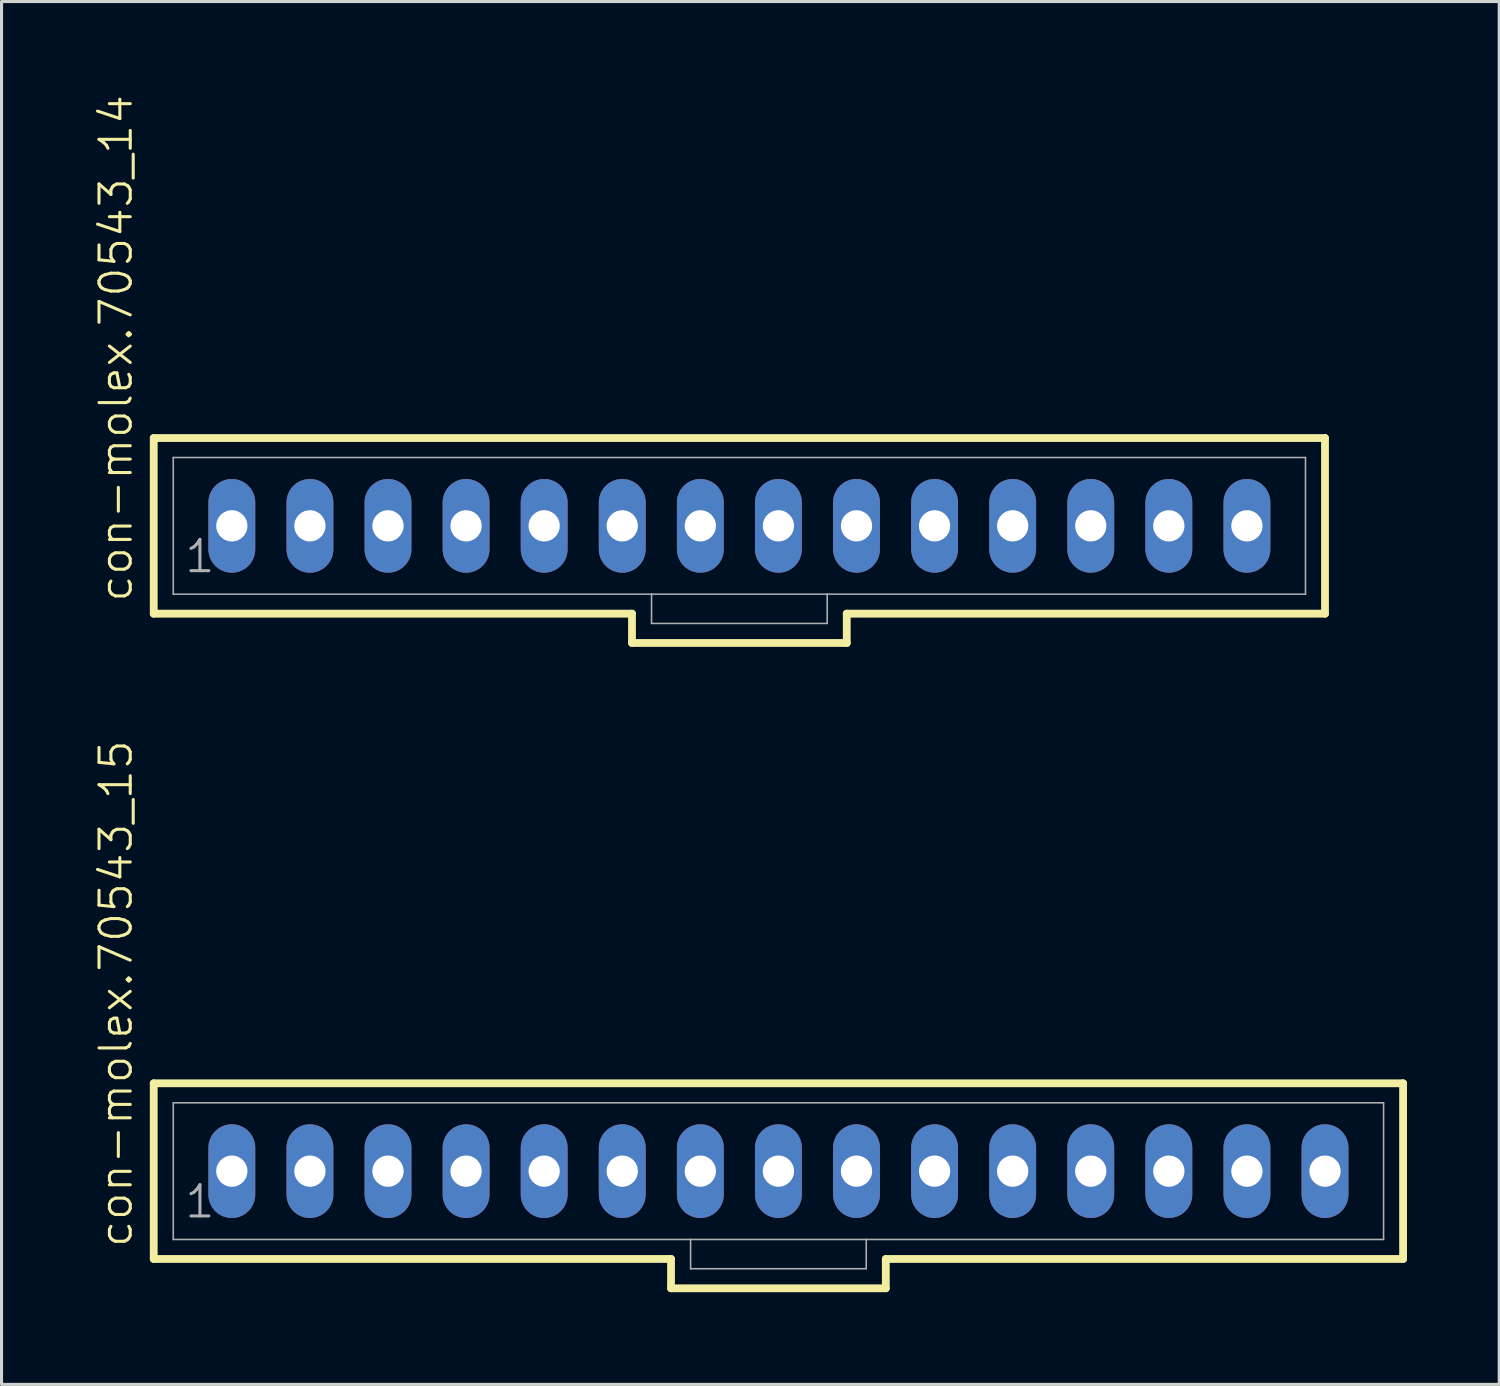
<source format=kicad_pcb>
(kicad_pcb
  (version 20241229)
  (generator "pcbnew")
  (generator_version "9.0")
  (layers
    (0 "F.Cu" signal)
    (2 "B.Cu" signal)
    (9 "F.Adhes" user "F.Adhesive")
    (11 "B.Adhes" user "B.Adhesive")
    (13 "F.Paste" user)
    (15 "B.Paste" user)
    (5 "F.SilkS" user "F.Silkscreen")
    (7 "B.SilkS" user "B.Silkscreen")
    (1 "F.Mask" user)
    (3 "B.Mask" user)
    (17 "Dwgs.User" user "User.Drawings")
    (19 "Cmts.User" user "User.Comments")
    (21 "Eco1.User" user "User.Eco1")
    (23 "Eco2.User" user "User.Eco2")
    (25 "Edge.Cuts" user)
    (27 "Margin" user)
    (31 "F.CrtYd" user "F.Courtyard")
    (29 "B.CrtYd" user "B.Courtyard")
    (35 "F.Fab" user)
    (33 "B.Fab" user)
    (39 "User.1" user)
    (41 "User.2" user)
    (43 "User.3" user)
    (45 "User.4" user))
  (footprint "con-molex.70543_14"
    (layer "F.Cu")
    (at 21.001 14.055)
    (property "Reference" "con-molex.70543_14" (at -19.685 2.54 90) (layer "F.SilkS") (effects (font (size 1.016 1.016) (thickness 0.1)) (justify left bottom)))
    (attr through_hole)
    (fp_line (start -19.05 -2.857) (end -19.05 2.857) (stroke (width 0.254) (type default)) (layer "F.SilkS"))
    (fp_line (start -19.05 2.857) (end -3.493 2.857) (stroke (width 0.254) (type default)) (layer "F.SilkS"))
    (fp_line (start -3.493 2.857) (end -3.493 3.81) (stroke (width 0.254) (type default)) (layer "F.SilkS"))
    (fp_line (start -3.493 3.81) (end 3.493 3.81) (stroke (width 0.254) (type default)) (layer "F.SilkS"))
    (fp_line (start 3.493 2.857) (end 19.05 2.857) (stroke (width 0.254) (type default)) (layer "F.SilkS"))
    (fp_line (start 3.493 3.81) (end 3.493 2.857) (stroke (width 0.254) (type default)) (layer "F.SilkS"))
    (fp_line (start 19.05 -2.857) (end -19.05 -2.857) (stroke (width 0.254) (type default)) (layer "F.SilkS"))
    (fp_line (start 19.05 2.857) (end 19.05 -2.857) (stroke (width 0.254) (type default)) (layer "F.SilkS"))
    (fp_line (start -18.415 -2.223) (end -18.415 2.223) (stroke (width 0.051) (type default)) (layer "F.Fab"))
    (fp_line (start -18.415 -2.223) (end 18.415 -2.223) (stroke (width 0.051) (type default)) (layer "F.Fab"))
    (fp_line (start -18.415 2.223) (end -2.857 2.223) (stroke (width 0.051) (type default)) (layer "F.Fab"))
    (fp_line (start -2.857 2.223) (end -2.857 3.175) (stroke (width 0.051) (type default)) (layer "F.Fab"))
    (fp_line (start -2.857 2.223) (end 2.857 2.223) (stroke (width 0.051) (type default)) (layer "F.Fab"))
    (fp_line (start 2.857 2.223) (end 2.857 3.175) (stroke (width 0.051) (type default)) (layer "F.Fab"))
    (fp_line (start 2.857 2.223) (end 18.415 2.223) (stroke (width 0.051) (type default)) (layer "F.Fab"))
    (fp_line (start 2.857 3.175) (end -2.857 3.175) (stroke (width 0.051) (type default)) (layer "F.Fab"))
    (fp_line (start 18.415 -2.223) (end 18.415 2.223) (stroke (width 0.051) (type default)) (layer "F.Fab"))
    (fp_rect (start -16.748 0.238) (end -16.272 -0.238) (stroke (width 0.05) (type default)) (fill no) (layer "F.Fab"))
    (fp_rect (start -14.208 0.238) (end -13.732 -0.238) (stroke (width 0.05) (type default)) (fill no) (layer "F.Fab"))
    (fp_rect (start -11.668 0.238) (end -11.192 -0.238) (stroke (width 0.05) (type default)) (fill no) (layer "F.Fab"))
    (fp_rect (start -9.128 0.238) (end -8.652 -0.238) (stroke (width 0.05) (type default)) (fill no) (layer "F.Fab"))
    (fp_rect (start -6.588 0.238) (end -6.112 -0.238) (stroke (width 0.05) (type default)) (fill no) (layer "F.Fab"))
    (fp_rect (start -4.048 0.238) (end -3.572 -0.238) (stroke (width 0.05) (type default)) (fill no) (layer "F.Fab"))
    (fp_rect (start -1.508 0.238) (end -1.032 -0.238) (stroke (width 0.05) (type default)) (fill no) (layer "F.Fab"))
    (fp_rect (start 1.032 0.238) (end 1.508 -0.238) (stroke (width 0.05) (type default)) (fill no) (layer "F.Fab"))
    (fp_rect (start 3.572 0.238) (end 4.048 -0.238) (stroke (width 0.05) (type default)) (fill no) (layer "F.Fab"))
    (fp_rect (start 6.112 0.238) (end 6.588 -0.238) (stroke (width 0.05) (type default)) (fill no) (layer "F.Fab"))
    (fp_rect (start 8.652 0.238) (end 9.128 -0.238) (stroke (width 0.05) (type default)) (fill no) (layer "F.Fab"))
    (fp_rect (start 11.192 0.238) (end 11.668 -0.238) (stroke (width 0.05) (type default)) (fill no) (layer "F.Fab"))
    (fp_rect (start 13.732 0.238) (end 14.208 -0.238) (stroke (width 0.05) (type default)) (fill no) (layer "F.Fab"))
    (fp_rect (start 16.272 0.238) (end 16.748 -0.238) (stroke (width 0.05) (type default)) (fill no) (layer "F.Fab"))
    (fp_text user "1" (at -18.098 1.587 0) (layer "F.Fab") (effects (font (size 1.016 1.016) (thickness 0.1)) (justify left bottom)))
    (pad "1" thru_hole oval (at -16.51 0 90) (size 3.048 1.524) (drill 1.016) (layers "*.Cu" "*.Mask"))
    (pad "2" thru_hole oval (at -13.97 0 90) (size 3.048 1.524) (drill 1.016) (layers "*.Cu" "*.Mask"))
    (pad "3" thru_hole oval (at -11.43 0 90) (size 3.048 1.524) (drill 1.016) (layers "*.Cu" "*.Mask"))
    (pad "4" thru_hole oval (at -8.89 0 90) (size 3.048 1.524) (drill 1.016) (layers "*.Cu" "*.Mask"))
    (pad "5" thru_hole oval (at -6.35 0 90) (size 3.048 1.524) (drill 1.016) (layers "*.Cu" "*.Mask"))
    (pad "6" thru_hole oval (at -3.81 0 90) (size 3.048 1.524) (drill 1.016) (layers "*.Cu" "*.Mask"))
    (pad "7" thru_hole oval (at -1.27 0 90) (size 3.048 1.524) (drill 1.016) (layers "*.Cu" "*.Mask"))
    (pad "8" thru_hole oval (at 1.27 0 90) (size 3.048 1.524) (drill 1.016) (layers "*.Cu" "*.Mask"))
    (pad "9" thru_hole oval (at 3.81 0 90) (size 3.048 1.524) (drill 1.016) (layers "*.Cu" "*.Mask"))
    (pad "10" thru_hole oval (at 6.35 0 90) (size 3.048 1.524) (drill 1.016) (layers "*.Cu" "*.Mask"))
    (pad "11" thru_hole oval (at 8.89 0 90) (size 3.048 1.524) (drill 1.016) (layers "*.Cu" "*.Mask"))
    (pad "12" thru_hole oval (at 11.43 0 90) (size 3.048 1.524) (drill 1.016) (layers "*.Cu" "*.Mask"))
    (pad "13" thru_hole oval (at 13.97 0 90) (size 3.048 1.524) (drill 1.016) (layers "*.Cu" "*.Mask"))
    (pad "14" thru_hole oval (at 16.51 0 90) (size 3.048 1.524) (drill 1.016) (layers "*.Cu" "*.Mask")))
  (footprint "con-molex.70543_15"
    (layer "F.Cu")
    (at 22.271 35.046)
    (property "Reference" "con-molex.70543_15" (at -20.955 2.54 90) (layer "F.SilkS") (effects (font (size 1.016 1.016) (thickness 0.1)) (justify left bottom)))
    (attr through_hole)
    (fp_line (start -20.32 -2.857) (end -20.32 2.857) (stroke (width 0.254) (type default)) (layer "F.SilkS"))
    (fp_line (start -20.32 2.857) (end -3.493 2.857) (stroke (width 0.254) (type default)) (layer "F.SilkS"))
    (fp_line (start -3.493 2.857) (end -3.493 3.81) (stroke (width 0.254) (type default)) (layer "F.SilkS"))
    (fp_line (start -3.493 3.81) (end 3.493 3.81) (stroke (width 0.254) (type default)) (layer "F.SilkS"))
    (fp_line (start 3.493 2.857) (end 20.32 2.857) (stroke (width 0.254) (type default)) (layer "F.SilkS"))
    (fp_line (start 3.493 3.81) (end 3.493 2.857) (stroke (width 0.254) (type default)) (layer "F.SilkS"))
    (fp_line (start 20.32 -2.857) (end -20.32 -2.857) (stroke (width 0.254) (type default)) (layer "F.SilkS"))
    (fp_line (start 20.32 2.857) (end 20.32 -2.857) (stroke (width 0.254) (type default)) (layer "F.SilkS"))
    (fp_line (start -19.685 -2.223) (end -19.685 2.223) (stroke (width 0.051) (type default)) (layer "F.Fab"))
    (fp_line (start -19.685 -2.223) (end 19.685 -2.223) (stroke (width 0.051) (type default)) (layer "F.Fab"))
    (fp_line (start -19.685 2.223) (end -2.857 2.223) (stroke (width 0.051) (type default)) (layer "F.Fab"))
    (fp_line (start -2.857 2.223) (end -2.857 3.175) (stroke (width 0.051) (type default)) (layer "F.Fab"))
    (fp_line (start -2.857 2.223) (end 2.857 2.223) (stroke (width 0.051) (type default)) (layer "F.Fab"))
    (fp_line (start 2.857 2.223) (end 2.857 3.175) (stroke (width 0.051) (type default)) (layer "F.Fab"))
    (fp_line (start 2.857 2.223) (end 19.685 2.223) (stroke (width 0.051) (type default)) (layer "F.Fab"))
    (fp_line (start 2.857 3.175) (end -2.857 3.175) (stroke (width 0.051) (type default)) (layer "F.Fab"))
    (fp_line (start 19.685 -2.223) (end 19.685 2.223) (stroke (width 0.051) (type default)) (layer "F.Fab"))
    (fp_rect (start -18.018 0.238) (end -17.542 -0.238) (stroke (width 0.05) (type default)) (fill no) (layer "F.Fab"))
    (fp_rect (start -15.478 0.238) (end -15.002 -0.238) (stroke (width 0.05) (type default)) (fill no) (layer "F.Fab"))
    (fp_rect (start -12.938 0.238) (end -12.462 -0.238) (stroke (width 0.05) (type default)) (fill no) (layer "F.Fab"))
    (fp_rect (start -10.398 0.238) (end -9.922 -0.238) (stroke (width 0.05) (type default)) (fill no) (layer "F.Fab"))
    (fp_rect (start -7.858 0.238) (end -7.382 -0.238) (stroke (width 0.05) (type default)) (fill no) (layer "F.Fab"))
    (fp_rect (start -5.318 0.238) (end -4.842 -0.238) (stroke (width 0.05) (type default)) (fill no) (layer "F.Fab"))
    (fp_rect (start -2.778 0.238) (end -2.302 -0.238) (stroke (width 0.05) (type default)) (fill no) (layer "F.Fab"))
    (fp_rect (start -0.238 0.238) (end 0.238 -0.238) (stroke (width 0.05) (type default)) (fill no) (layer "F.Fab"))
    (fp_rect (start 2.302 0.238) (end 2.778 -0.238) (stroke (width 0.05) (type default)) (fill no) (layer "F.Fab"))
    (fp_rect (start 4.842 0.238) (end 5.318 -0.238) (stroke (width 0.05) (type default)) (fill no) (layer "F.Fab"))
    (fp_rect (start 7.382 0.238) (end 7.858 -0.238) (stroke (width 0.05) (type default)) (fill no) (layer "F.Fab"))
    (fp_rect (start 9.922 0.238) (end 10.398 -0.238) (stroke (width 0.05) (type default)) (fill no) (layer "F.Fab"))
    (fp_rect (start 12.462 0.238) (end 12.938 -0.238) (stroke (width 0.05) (type default)) (fill no) (layer "F.Fab"))
    (fp_rect (start 15.002 0.238) (end 15.478 -0.238) (stroke (width 0.05) (type default)) (fill no) (layer "F.Fab"))
    (fp_rect (start 17.542 0.238) (end 18.018 -0.238) (stroke (width 0.05) (type default)) (fill no) (layer "F.Fab"))
    (fp_text user "1" (at -19.367 1.587 0) (layer "F.Fab") (effects (font (size 1.016 1.016) (thickness 0.1)) (justify left bottom)))
    (pad "1" thru_hole oval (at -17.78 0 90) (size 3.048 1.524) (drill 1.016) (layers "*.Cu" "*.Mask"))
    (pad "2" thru_hole oval (at -15.24 0 90) (size 3.048 1.524) (drill 1.016) (layers "*.Cu" "*.Mask"))
    (pad "3" thru_hole oval (at -12.7 0 90) (size 3.048 1.524) (drill 1.016) (layers "*.Cu" "*.Mask"))
    (pad "4" thru_hole oval (at -10.16 0 90) (size 3.048 1.524) (drill 1.016) (layers "*.Cu" "*.Mask"))
    (pad "5" thru_hole oval (at -7.62 0 90) (size 3.048 1.524) (drill 1.016) (layers "*.Cu" "*.Mask"))
    (pad "6" thru_hole oval (at -5.08 0 90) (size 3.048 1.524) (drill 1.016) (layers "*.Cu" "*.Mask"))
    (pad "7" thru_hole oval (at -2.54 0 90) (size 3.048 1.524) (drill 1.016) (layers "*.Cu" "*.Mask"))
    (pad "8" thru_hole oval (at 0 0 90) (size 3.048 1.524) (drill 1.016) (layers "*.Cu" "*.Mask"))
    (pad "9" thru_hole oval (at 2.54 0 90) (size 3.048 1.524) (drill 1.016) (layers "*.Cu" "*.Mask"))
    (pad "10" thru_hole oval (at 5.08 0 90) (size 3.048 1.524) (drill 1.016) (layers "*.Cu" "*.Mask"))
    (pad "11" thru_hole oval (at 7.62 0 90) (size 3.048 1.524) (drill 1.016) (layers "*.Cu" "*.Mask"))
    (pad "12" thru_hole oval (at 10.16 0 90) (size 3.048 1.524) (drill 1.016) (layers "*.Cu" "*.Mask"))
    (pad "13" thru_hole oval (at 12.7 0 90) (size 3.048 1.524) (drill 1.016) (layers "*.Cu" "*.Mask"))
    (pad "14" thru_hole oval (at 15.24 0 90) (size 3.048 1.524) (drill 1.016) (layers "*.Cu" "*.Mask"))
    (pad "15" thru_hole oval (at 17.78 0 90) (size 3.048 1.524) (drill 1.016) (layers "*.Cu" "*.Mask")))
  (gr_rect
    (start -3 -3)
    (end 45.718 41.983)
    (stroke (width 0.1) (type default))
    (fill no)
    (layer "Edge.Cuts")))
</source>
